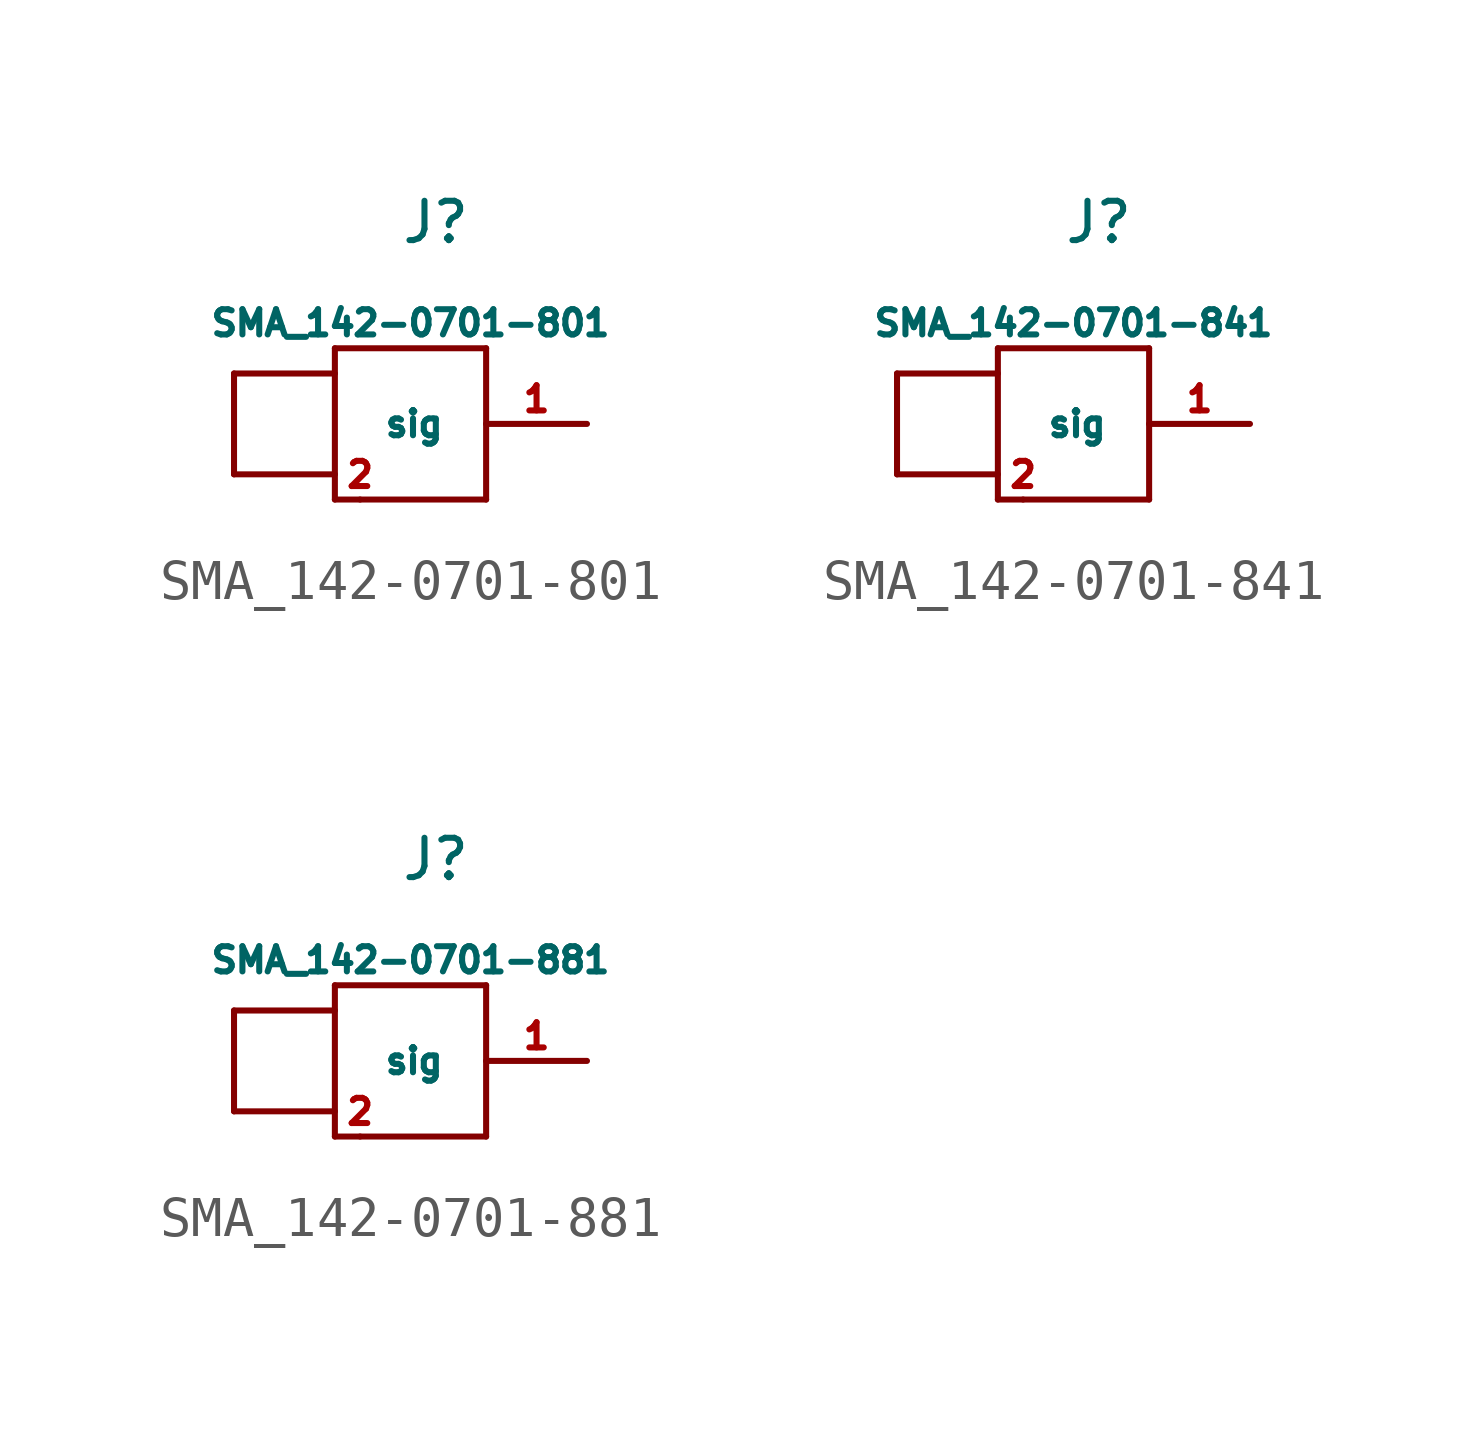
<source format=kicad_sym>
(kicad_symbol_lib
  (version 20220914)
  (generator kicad_symbol_editor)
  (symbol "SMA_142-0701-801"
    (pin_names
      (offset 1.016))
    (property "Reference" "J"
      (at 0 5.08 0)
      (effects (font (size 0.991 0.991))))
    (property "Value" "SMA_142-0701-801"
      (at -0.635 2.54 0)
      (effects (font (size 0.635 0.635))))
    (symbol "SMA_142-0701-801_0_1"
      (rectangle (start -5.08 -1.27) (end -2.54 -1.27) (stroke (width 0) (type solid)) (fill (type none)))
      (rectangle (start -5.08 1.27) (end -5.08 -1.27) (stroke (width 0) (type solid)) (fill (type none)))
      (rectangle (start -2.54 -1.905) (end 1.27 -1.905) (stroke (width 0) (type solid)) (fill (type none)))
      (rectangle (start -2.54 1.27) (end -5.08 1.27) (stroke (width 0) (type solid)) (fill (type none)))
      (rectangle (start -2.54 1.905) (end -2.54 -1.905) (stroke (width 0) (type solid)) (fill (type none)))
      (rectangle (start -2.54 1.905) (end 1.27 1.905) (stroke (width 0) (type solid)) (fill (type none)))
      (rectangle (start 1.27 -1.905) (end 1.27 1.905) (stroke (width 0) (type solid)) (fill (type none))))
    (symbol "SMA_142-0701-801_1_1"
      (pin passive line (at 3.81 0 180) (length 2.54) (name "sig" (effects (font (size 0.635 0.635)))) (number "1" (effects (font (size 0.635 0.635)))))
      (pin power_in line (at -1.905 -1.905 0) (length 0) (name "~" (effects (font (size 0.635 0.635)))) (number "2" (effects (font (size 0.635 0.635)))))))
  (symbol "SMA_142-0701-841"
    (pin_names
      (offset 1.016))
    (property "Reference" "J"
      (at 0 5.08 0)
      (effects (font (size 0.991 0.991))))
    (property "Value" "SMA_142-0701-841"
      (at -0.635 2.54 0)
      (effects (font (size 0.635 0.635))))
    (symbol "SMA_142-0701-841_0_1"
      (rectangle (start -5.08 -1.27) (end -2.54 -1.27) (stroke (width 0) (type solid)) (fill (type none)))
      (rectangle (start -5.08 1.27) (end -5.08 -1.27) (stroke (width 0) (type solid)) (fill (type none)))
      (rectangle (start -2.54 -1.905) (end 1.27 -1.905) (stroke (width 0) (type solid)) (fill (type none)))
      (rectangle (start -2.54 1.27) (end -5.08 1.27) (stroke (width 0) (type solid)) (fill (type none)))
      (rectangle (start -2.54 1.905) (end -2.54 -1.905) (stroke (width 0) (type solid)) (fill (type none)))
      (rectangle (start -2.54 1.905) (end 1.27 1.905) (stroke (width 0) (type solid)) (fill (type none)))
      (rectangle (start 1.27 -1.905) (end 1.27 1.905) (stroke (width 0) (type solid)) (fill (type none))))
    (symbol "SMA_142-0701-841_1_1"
      (pin passive line (at 3.81 0 180) (length 2.54) (name "sig" (effects (font (size 0.635 0.635)))) (number "1" (effects (font (size 0.635 0.635)))))
      (pin power_in line (at -1.905 -1.905 0) (length 0) (name "~" (effects (font (size 0.635 0.635)))) (number "2" (effects (font (size 0.635 0.635)))))))
  (symbol "SMA_142-0701-881"
    (pin_names
      (offset 1.016))
    (property "Reference" "J"
      (at 0 5.08 0)
      (effects (font (size 0.991 0.991))))
    (property "Value" "SMA_142-0701-881"
      (at -0.635 2.54 0)
      (effects (font (size 0.635 0.635))))
    (symbol "SMA_142-0701-881_0_1"
      (rectangle (start -5.08 -1.27) (end -2.54 -1.27) (stroke (width 0) (type solid)) (fill (type none)))
      (rectangle (start -5.08 1.27) (end -5.08 -1.27) (stroke (width 0) (type solid)) (fill (type none)))
      (rectangle (start -2.54 -1.905) (end 1.27 -1.905) (stroke (width 0) (type solid)) (fill (type none)))
      (rectangle (start -2.54 1.27) (end -5.08 1.27) (stroke (width 0) (type solid)) (fill (type none)))
      (rectangle (start -2.54 1.905) (end -2.54 -1.905) (stroke (width 0) (type solid)) (fill (type none)))
      (rectangle (start -2.54 1.905) (end 1.27 1.905) (stroke (width 0) (type solid)) (fill (type none)))
      (rectangle (start 1.27 -1.905) (end 1.27 1.905) (stroke (width 0) (type solid)) (fill (type none))))
    (symbol "SMA_142-0701-881_1_1"
      (pin passive line (at 3.81 0 180) (length 2.54) (name "sig" (effects (font (size 0.635 0.635)))) (number "1" (effects (font (size 0.635 0.635)))))
      (pin power_in line (at -1.905 -1.905 0) (length 0) (name "~" (effects (font (size 0.635 0.635)))) (number "2" (effects (font (size 0.635 0.635))))))))
</source>
